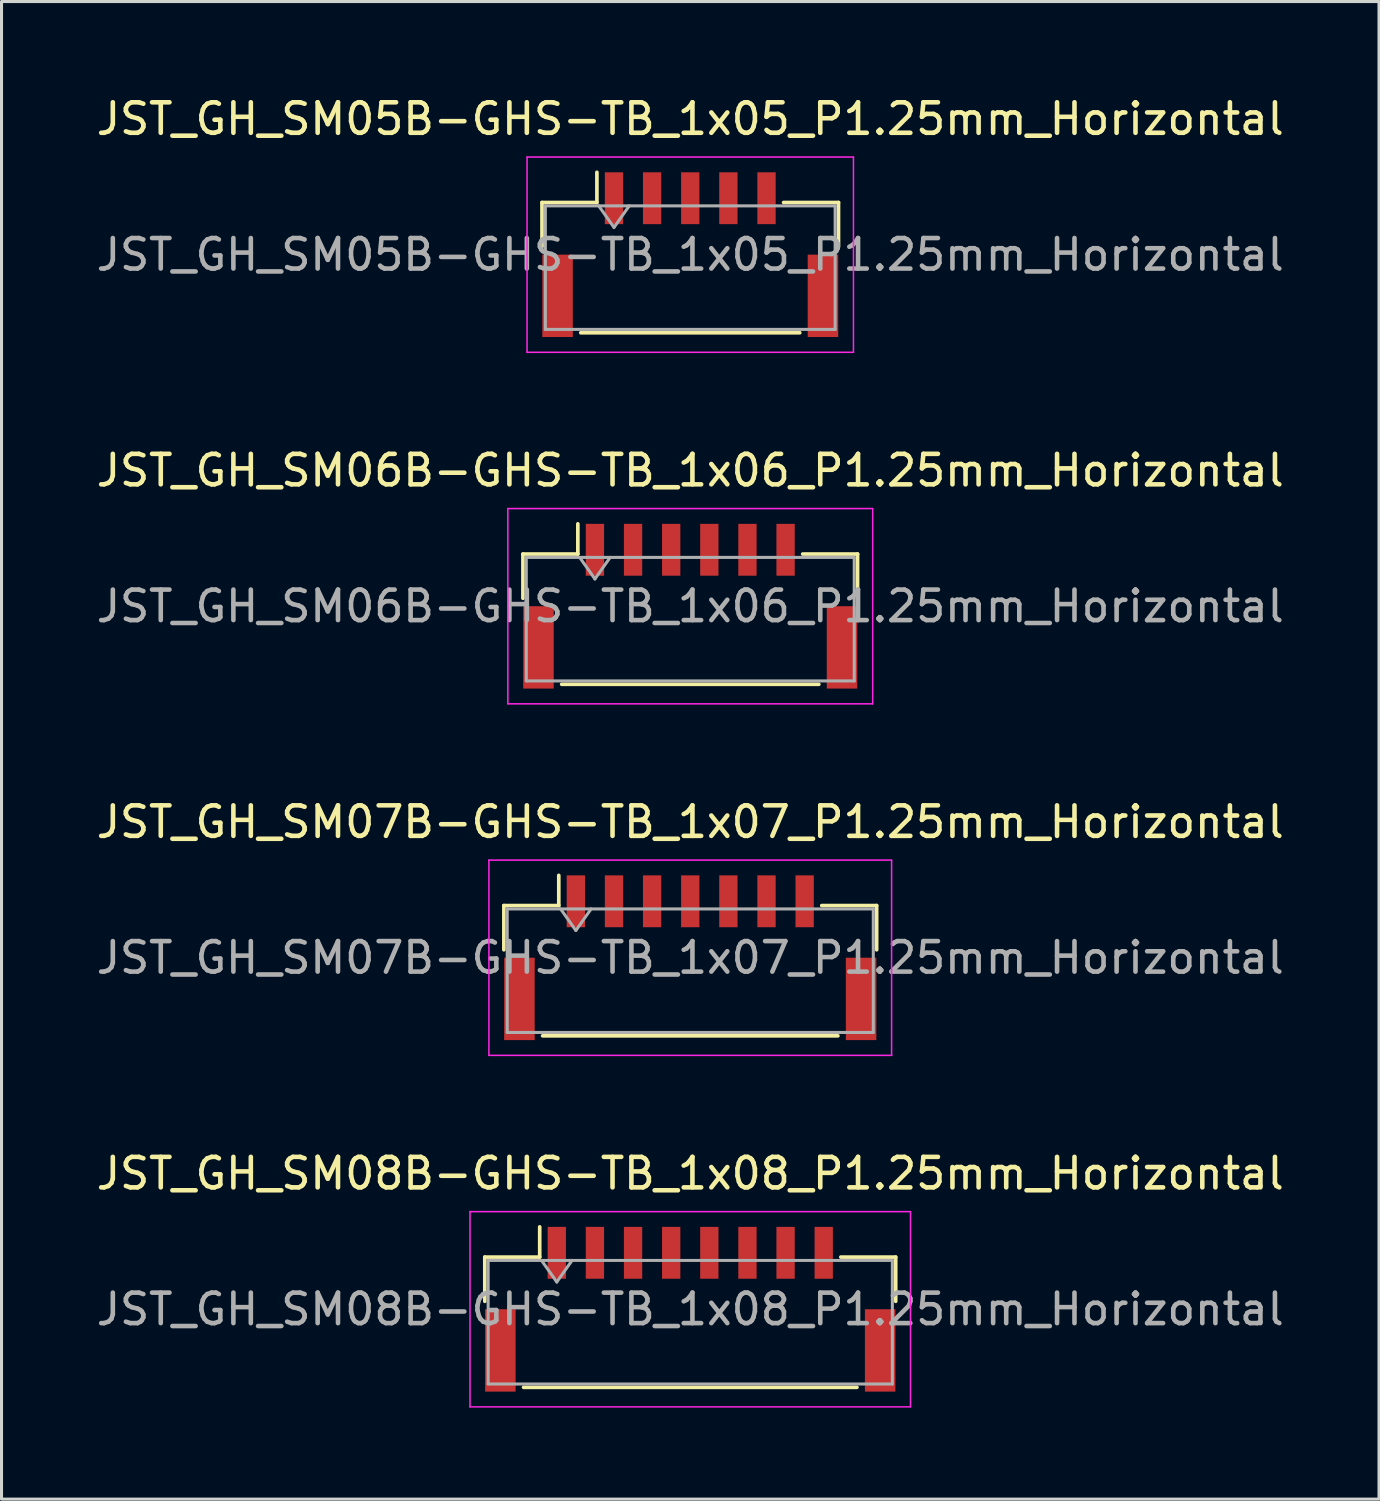
<source format=kicad_pcb>
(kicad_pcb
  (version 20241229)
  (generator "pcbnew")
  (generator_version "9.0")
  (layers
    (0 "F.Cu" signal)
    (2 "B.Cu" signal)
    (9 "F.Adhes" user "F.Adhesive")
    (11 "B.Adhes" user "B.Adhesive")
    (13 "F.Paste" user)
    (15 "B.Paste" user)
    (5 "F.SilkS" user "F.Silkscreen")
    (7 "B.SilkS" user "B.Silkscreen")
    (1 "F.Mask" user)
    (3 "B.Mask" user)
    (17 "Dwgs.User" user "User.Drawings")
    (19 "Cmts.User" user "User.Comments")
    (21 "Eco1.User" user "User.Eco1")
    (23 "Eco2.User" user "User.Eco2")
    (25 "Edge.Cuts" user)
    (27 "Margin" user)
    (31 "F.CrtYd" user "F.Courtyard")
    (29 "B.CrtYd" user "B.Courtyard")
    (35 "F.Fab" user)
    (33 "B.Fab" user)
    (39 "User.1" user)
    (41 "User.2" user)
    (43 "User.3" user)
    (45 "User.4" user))
  (footprint "JST_GH_SM06B-GHS-TB_1x06_P1.25mm_Horizontal"
    (layer "F.Cu")
    (at 19.577 16.822)
    (property "Reference" "JST_GH_SM06B-GHS-TB_1x06_P1.25mm_Horizontal" (at 0 -4.45 0) (layer "F.SilkS") (effects (font (size 1 1) (thickness 0.15))))
    (attr smd)
    (fp_line (start -5.485 -1.71) (end -3.685 -1.71) (stroke (width 0.12) (type solid)) (layer "F.SilkS"))
    (fp_line (start -5.485 -0.26) (end -5.485 -1.71) (stroke (width 0.12) (type solid)) (layer "F.SilkS"))
    (fp_line (start -4.215 2.56) (end 4.215 2.56) (stroke (width 0.12) (type solid)) (layer "F.SilkS"))
    (fp_line (start -3.685 -1.71) (end -3.685 -2.7) (stroke (width 0.12) (type solid)) (layer "F.SilkS"))
    (fp_line (start 5.485 -1.71) (end 3.685 -1.71) (stroke (width 0.12) (type solid)) (layer "F.SilkS"))
    (fp_line (start 5.485 -0.26) (end 5.485 -1.71) (stroke (width 0.12) (type solid)) (layer "F.SilkS"))
    (fp_line (start -5.98 -3.2) (end -5.98 3.2) (stroke (width 0.05) (type solid)) (layer "F.CrtYd"))
    (fp_line (start -5.98 3.2) (end 5.98 3.2) (stroke (width 0.05) (type solid)) (layer "F.CrtYd"))
    (fp_line (start 5.98 -3.2) (end -5.98 -3.2) (stroke (width 0.05) (type solid)) (layer "F.CrtYd"))
    (fp_line (start 5.98 3.2) (end 5.98 -3.2) (stroke (width 0.05) (type solid)) (layer "F.CrtYd"))
    (fp_line (start -5.375 -1.6) (end -5.375 2.45) (stroke (width 0.1) (type solid)) (layer "F.Fab"))
    (fp_line (start -5.375 -1.6) (end 5.375 -1.6) (stroke (width 0.1) (type solid)) (layer "F.Fab"))
    (fp_line (start -5.375 2.45) (end 5.375 2.45) (stroke (width 0.1) (type solid)) (layer "F.Fab"))
    (fp_line (start -3.625 -1.6) (end -3.125 -0.893) (stroke (width 0.1) (type solid)) (layer "F.Fab"))
    (fp_line (start -3.125 -0.893) (end -2.625 -1.6) (stroke (width 0.1) (type solid)) (layer "F.Fab"))
    (fp_line (start 5.375 -1.6) (end 5.375 2.45) (stroke (width 0.1) (type solid)) (layer "F.Fab"))
    (fp_text user "${REFERENCE}" (at 0 0 0) (layer "F.Fab") (effects (font (size 1 1) (thickness 0.15))))
    (pad "" smd rect (at -4.975 1.35) (size 1 2.7) (layers "F.Cu" "F.Mask" "F.Paste"))
    (pad "" smd rect (at 4.975 1.35) (size 1 2.7) (layers "F.Cu" "F.Mask" "F.Paste"))
    (pad "1" smd rect (at -3.125 -1.85) (size 0.6 1.7) (layers "F.Cu" "F.Mask" "F.Paste"))
    (pad "2" smd rect (at -1.875 -1.85) (size 0.6 1.7) (layers "F.Cu" "F.Mask" "F.Paste"))
    (pad "3" smd rect (at -0.625 -1.85) (size 0.6 1.7) (layers "F.Cu" "F.Mask" "F.Paste"))
    (pad "4" smd rect (at 0.625 -1.85) (size 0.6 1.7) (layers "F.Cu" "F.Mask" "F.Paste"))
    (pad "5" smd rect (at 1.875 -1.85) (size 0.6 1.7) (layers "F.Cu" "F.Mask" "F.Paste"))
    (pad "6" smd rect (at 3.125 -1.85) (size 0.6 1.7) (layers "F.Cu" "F.Mask" "F.Paste")))
  (footprint "JST_GH_SM05B-GHS-TB_1x05_P1.25mm_Horizontal"
    (layer "F.Cu")
    (at 19.577 5.298)
    (property "Reference" "JST_GH_SM05B-GHS-TB_1x05_P1.25mm_Horizontal" (at 0 -4.45 0) (layer "F.SilkS") (effects (font (size 1 1) (thickness 0.15))))
    (attr smd)
    (fp_line (start -4.86 -1.71) (end -3.06 -1.71) (stroke (width 0.12) (type solid)) (layer "F.SilkS"))
    (fp_line (start -4.86 -0.26) (end -4.86 -1.71) (stroke (width 0.12) (type solid)) (layer "F.SilkS"))
    (fp_line (start -3.59 2.56) (end 3.59 2.56) (stroke (width 0.12) (type solid)) (layer "F.SilkS"))
    (fp_line (start -3.06 -1.71) (end -3.06 -2.7) (stroke (width 0.12) (type solid)) (layer "F.SilkS"))
    (fp_line (start 4.86 -1.71) (end 3.06 -1.71) (stroke (width 0.12) (type solid)) (layer "F.SilkS"))
    (fp_line (start 4.86 -0.26) (end 4.86 -1.71) (stroke (width 0.12) (type solid)) (layer "F.SilkS"))
    (fp_line (start -5.35 -3.2) (end -5.35 3.2) (stroke (width 0.05) (type solid)) (layer "F.CrtYd"))
    (fp_line (start -5.35 3.2) (end 5.35 3.2) (stroke (width 0.05) (type solid)) (layer "F.CrtYd"))
    (fp_line (start 5.35 -3.2) (end -5.35 -3.2) (stroke (width 0.05) (type solid)) (layer "F.CrtYd"))
    (fp_line (start 5.35 3.2) (end 5.35 -3.2) (stroke (width 0.05) (type solid)) (layer "F.CrtYd"))
    (fp_line (start -4.75 -1.6) (end -4.75 2.45) (stroke (width 0.1) (type solid)) (layer "F.Fab"))
    (fp_line (start -4.75 -1.6) (end 4.75 -1.6) (stroke (width 0.1) (type solid)) (layer "F.Fab"))
    (fp_line (start -4.75 2.45) (end 4.75 2.45) (stroke (width 0.1) (type solid)) (layer "F.Fab"))
    (fp_line (start -3 -1.6) (end -2.5 -0.893) (stroke (width 0.1) (type solid)) (layer "F.Fab"))
    (fp_line (start -2.5 -0.893) (end -2 -1.6) (stroke (width 0.1) (type solid)) (layer "F.Fab"))
    (fp_line (start 4.75 -1.6) (end 4.75 2.45) (stroke (width 0.1) (type solid)) (layer "F.Fab"))
    (fp_text user "${REFERENCE}" (at 0 0 0) (layer "F.Fab") (effects (font (size 1 1) (thickness 0.15))))
    (pad "" smd rect (at -4.35 1.35) (size 1 2.7) (layers "F.Cu" "F.Mask" "F.Paste"))
    (pad "" smd rect (at 4.35 1.35) (size 1 2.7) (layers "F.Cu" "F.Mask" "F.Paste"))
    (pad "1" smd rect (at -2.5 -1.85) (size 0.6 1.7) (layers "F.Cu" "F.Mask" "F.Paste"))
    (pad "2" smd rect (at -1.25 -1.85) (size 0.6 1.7) (layers "F.Cu" "F.Mask" "F.Paste"))
    (pad "3" smd rect (at 0 -1.85) (size 0.6 1.7) (layers "F.Cu" "F.Mask" "F.Paste"))
    (pad "4" smd rect (at 1.25 -1.85) (size 0.6 1.7) (layers "F.Cu" "F.Mask" "F.Paste"))
    (pad "5" smd rect (at 2.5 -1.85) (size 0.6 1.7) (layers "F.Cu" "F.Mask" "F.Paste")))
  (footprint "JST_GH_SM07B-GHS-TB_1x07_P1.25mm_Horizontal"
    (layer "F.Cu")
    (at 19.577 28.345)
    (property "Reference" "JST_GH_SM07B-GHS-TB_1x07_P1.25mm_Horizontal" (at 0 -4.45 0) (layer "F.SilkS") (effects (font (size 1 1) (thickness 0.15))))
    (attr smd)
    (fp_line (start -6.11 -1.71) (end -4.31 -1.71) (stroke (width 0.12) (type solid)) (layer "F.SilkS"))
    (fp_line (start -6.11 -0.26) (end -6.11 -1.71) (stroke (width 0.12) (type solid)) (layer "F.SilkS"))
    (fp_line (start -4.84 2.56) (end 4.84 2.56) (stroke (width 0.12) (type solid)) (layer "F.SilkS"))
    (fp_line (start -4.31 -1.71) (end -4.31 -2.7) (stroke (width 0.12) (type solid)) (layer "F.SilkS"))
    (fp_line (start 6.11 -1.71) (end 4.31 -1.71) (stroke (width 0.12) (type solid)) (layer "F.SilkS"))
    (fp_line (start 6.11 -0.26) (end 6.11 -1.71) (stroke (width 0.12) (type solid)) (layer "F.SilkS"))
    (fp_line (start -6.6 -3.2) (end -6.6 3.2) (stroke (width 0.05) (type solid)) (layer "F.CrtYd"))
    (fp_line (start -6.6 3.2) (end 6.6 3.2) (stroke (width 0.05) (type solid)) (layer "F.CrtYd"))
    (fp_line (start 6.6 -3.2) (end -6.6 -3.2) (stroke (width 0.05) (type solid)) (layer "F.CrtYd"))
    (fp_line (start 6.6 3.2) (end 6.6 -3.2) (stroke (width 0.05) (type solid)) (layer "F.CrtYd"))
    (fp_line (start -6 -1.6) (end -6 2.45) (stroke (width 0.1) (type solid)) (layer "F.Fab"))
    (fp_line (start -6 -1.6) (end 6 -1.6) (stroke (width 0.1) (type solid)) (layer "F.Fab"))
    (fp_line (start -6 2.45) (end 6 2.45) (stroke (width 0.1) (type solid)) (layer "F.Fab"))
    (fp_line (start -4.25 -1.6) (end -3.75 -0.893) (stroke (width 0.1) (type solid)) (layer "F.Fab"))
    (fp_line (start -3.75 -0.893) (end -3.25 -1.6) (stroke (width 0.1) (type solid)) (layer "F.Fab"))
    (fp_line (start 6 -1.6) (end 6 2.45) (stroke (width 0.1) (type solid)) (layer "F.Fab"))
    (fp_text user "${REFERENCE}" (at 0 0 0) (layer "F.Fab") (effects (font (size 1 1) (thickness 0.15))))
    (pad "" smd rect (at -5.6 1.35) (size 1 2.7) (layers "F.Cu" "F.Mask" "F.Paste"))
    (pad "" smd rect (at 5.6 1.35) (size 1 2.7) (layers "F.Cu" "F.Mask" "F.Paste"))
    (pad "1" smd rect (at -3.75 -1.85) (size 0.6 1.7) (layers "F.Cu" "F.Mask" "F.Paste"))
    (pad "2" smd rect (at -2.5 -1.85) (size 0.6 1.7) (layers "F.Cu" "F.Mask" "F.Paste"))
    (pad "3" smd rect (at -1.25 -1.85) (size 0.6 1.7) (layers "F.Cu" "F.Mask" "F.Paste"))
    (pad "4" smd rect (at 0 -1.85) (size 0.6 1.7) (layers "F.Cu" "F.Mask" "F.Paste"))
    (pad "5" smd rect (at 1.25 -1.85) (size 0.6 1.7) (layers "F.Cu" "F.Mask" "F.Paste"))
    (pad "6" smd rect (at 2.5 -1.85) (size 0.6 1.7) (layers "F.Cu" "F.Mask" "F.Paste"))
    (pad "7" smd rect (at 3.75 -1.85) (size 0.6 1.7) (layers "F.Cu" "F.Mask" "F.Paste")))
  (footprint "JST_GH_SM08B-GHS-TB_1x08_P1.25mm_Horizontal"
    (layer "F.Cu")
    (at 19.577 39.868)
    (property "Reference" "JST_GH_SM08B-GHS-TB_1x08_P1.25mm_Horizontal" (at 0 -4.45 0) (layer "F.SilkS") (effects (font (size 1 1) (thickness 0.15))))
    (attr smd)
    (fp_line (start -6.735 -1.71) (end -4.935 -1.71) (stroke (width 0.12) (type solid)) (layer "F.SilkS"))
    (fp_line (start -6.735 -0.26) (end -6.735 -1.71) (stroke (width 0.12) (type solid)) (layer "F.SilkS"))
    (fp_line (start -5.465 2.56) (end 5.465 2.56) (stroke (width 0.12) (type solid)) (layer "F.SilkS"))
    (fp_line (start -4.935 -1.71) (end -4.935 -2.7) (stroke (width 0.12) (type solid)) (layer "F.SilkS"))
    (fp_line (start 6.735 -1.71) (end 4.935 -1.71) (stroke (width 0.12) (type solid)) (layer "F.SilkS"))
    (fp_line (start 6.735 -0.26) (end 6.735 -1.71) (stroke (width 0.12) (type solid)) (layer "F.SilkS"))
    (fp_line (start -7.22 -3.2) (end -7.22 3.2) (stroke (width 0.05) (type solid)) (layer "F.CrtYd"))
    (fp_line (start -7.22 3.2) (end 7.22 3.2) (stroke (width 0.05) (type solid)) (layer "F.CrtYd"))
    (fp_line (start 7.22 -3.2) (end -7.22 -3.2) (stroke (width 0.05) (type solid)) (layer "F.CrtYd"))
    (fp_line (start 7.22 3.2) (end 7.22 -3.2) (stroke (width 0.05) (type solid)) (layer "F.CrtYd"))
    (fp_line (start -6.625 -1.6) (end -6.625 2.45) (stroke (width 0.1) (type solid)) (layer "F.Fab"))
    (fp_line (start -6.625 -1.6) (end 6.625 -1.6) (stroke (width 0.1) (type solid)) (layer "F.Fab"))
    (fp_line (start -6.625 2.45) (end 6.625 2.45) (stroke (width 0.1) (type solid)) (layer "F.Fab"))
    (fp_line (start -4.875 -1.6) (end -4.375 -0.893) (stroke (width 0.1) (type solid)) (layer "F.Fab"))
    (fp_line (start -4.375 -0.893) (end -3.875 -1.6) (stroke (width 0.1) (type solid)) (layer "F.Fab"))
    (fp_line (start 6.625 -1.6) (end 6.625 2.45) (stroke (width 0.1) (type solid)) (layer "F.Fab"))
    (fp_text user "${REFERENCE}" (at 0 0 0) (layer "F.Fab") (effects (font (size 1 1) (thickness 0.15))))
    (pad "" smd rect (at -6.225 1.35) (size 1 2.7) (layers "F.Cu" "F.Mask" "F.Paste"))
    (pad "" smd rect (at 6.225 1.35) (size 1 2.7) (layers "F.Cu" "F.Mask" "F.Paste"))
    (pad "1" smd rect (at -4.375 -1.85) (size 0.6 1.7) (layers "F.Cu" "F.Mask" "F.Paste"))
    (pad "2" smd rect (at -3.125 -1.85) (size 0.6 1.7) (layers "F.Cu" "F.Mask" "F.Paste"))
    (pad "3" smd rect (at -1.875 -1.85) (size 0.6 1.7) (layers "F.Cu" "F.Mask" "F.Paste"))
    (pad "4" smd rect (at -0.625 -1.85) (size 0.6 1.7) (layers "F.Cu" "F.Mask" "F.Paste"))
    (pad "5" smd rect (at 0.625 -1.85) (size 0.6 1.7) (layers "F.Cu" "F.Mask" "F.Paste"))
    (pad "6" smd rect (at 1.875 -1.85) (size 0.6 1.7) (layers "F.Cu" "F.Mask" "F.Paste"))
    (pad "7" smd rect (at 3.125 -1.85) (size 0.6 1.7) (layers "F.Cu" "F.Mask" "F.Paste"))
    (pad "8" smd rect (at 4.375 -1.85) (size 0.6 1.7) (layers "F.Cu" "F.Mask" "F.Paste")))
  (gr_rect
    (start -3 -3)
    (end 42.155 46.093)
    (stroke (width 0.1) (type default))
    (fill no)
    (layer "Edge.Cuts")))
</source>
